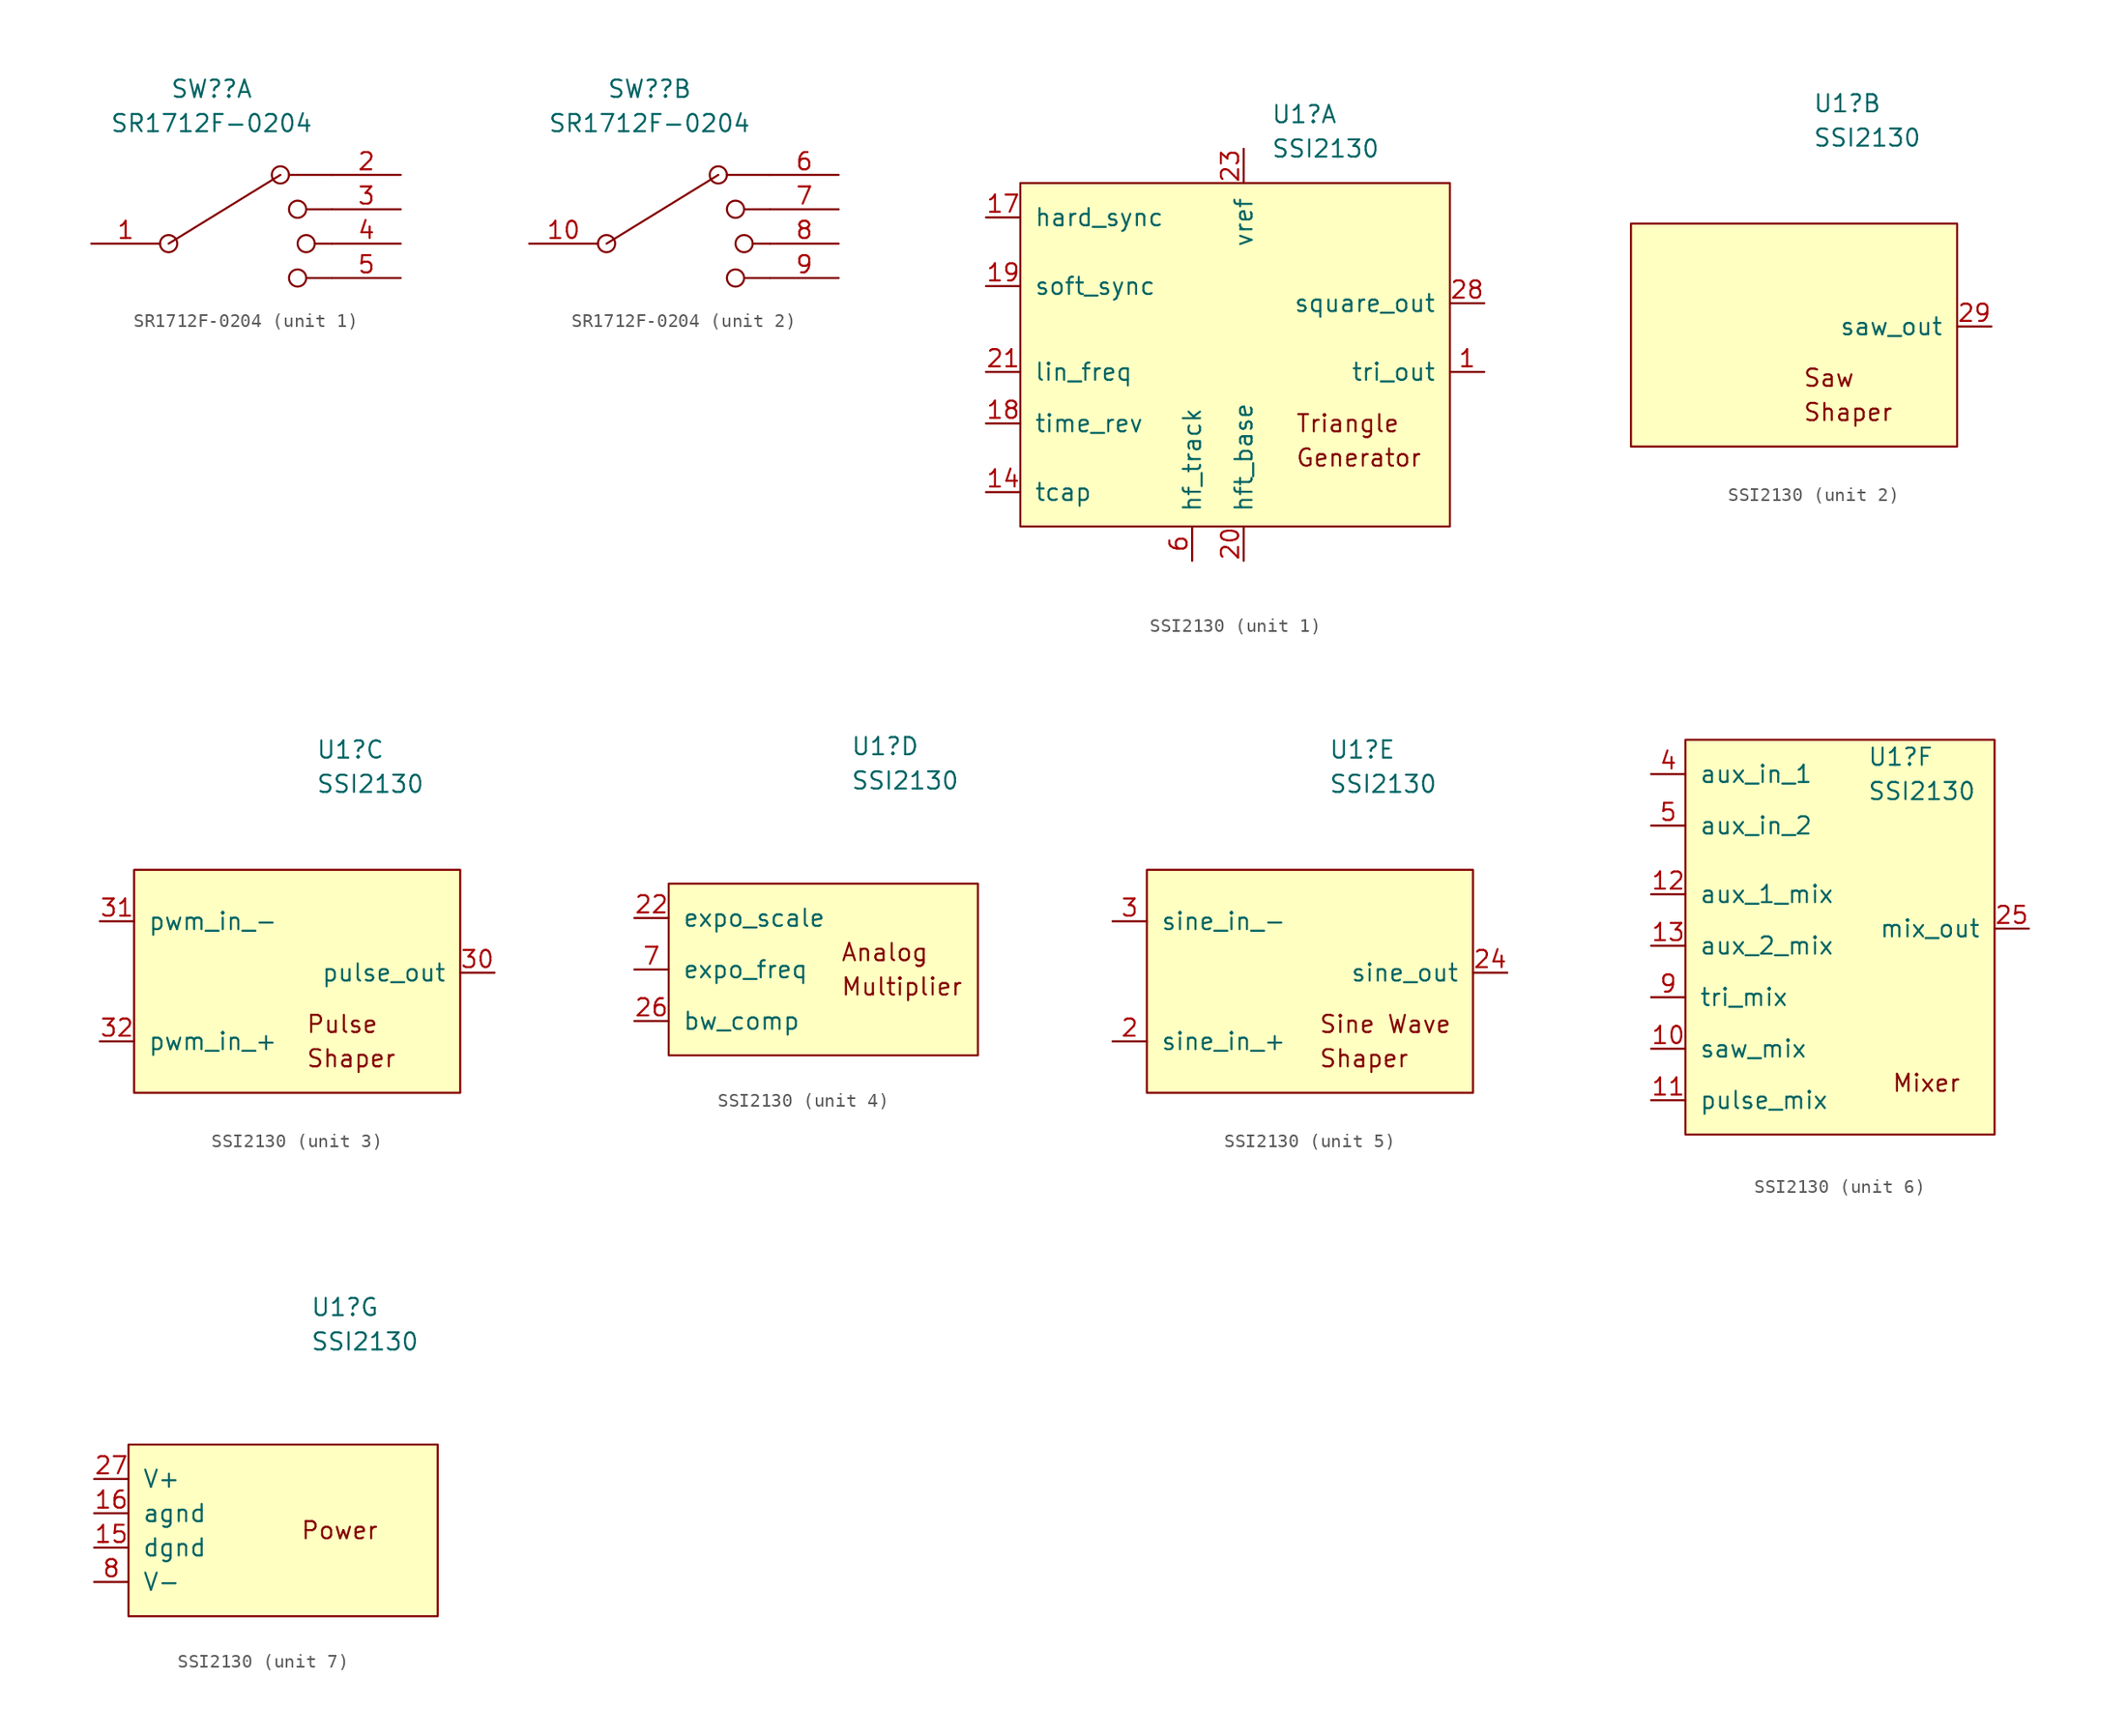
<source format=kicad_sym>
(kicad_symbol_lib
  (version 20220914)
  (generator kicad_symbol_editor)
  (symbol "SR1712F-0204"
    (pin_names
      (offset 1.016) hide)
    (property "Reference" "SW?"
      (at -1.27 11.43 0)
      (effects (font (size 1.27 1.27))))
    (property "Value" "SR1712F-0204"
      (at -1.27 8.89 0)
      (effects (font (size 1.27 1.27))))
    (property "ki_locked" ""
      (at 0 0 0)
      (effects (font (size 1.27 1.27))))
    (symbol "SR1712F-0204_0_0"
      (circle (center -4.445 0) (radius 0.635) (stroke (width 0) (type default)) (fill (type none)))
      (polyline (pts (xy -4.445 0) (xy 3.81 5.08)) (stroke (width 0) (type default)) (fill (type none)))
      (polyline (pts (xy 4.445 5.08) (xy 7.62 5.08)) (stroke (width 0) (type default)) (fill (type none)))
      (polyline (pts (xy 5.715 -2.54) (xy 7.62 -2.54)) (stroke (width 0) (type default)) (fill (type none)))
      (polyline (pts (xy 5.715 2.54) (xy 7.62 2.54)) (stroke (width 0) (type default)) (fill (type none)))
      (polyline (pts (xy 6.35 0) (xy 7.62 0)) (stroke (width 0) (type default)) (fill (type none)))
      (circle (center 3.81 5.08) (radius 0.635) (stroke (width 0) (type default)) (fill (type none)))
      (circle (center 5.08 -2.54) (radius 0.635) (stroke (width 0) (type default)) (fill (type none)))
      (circle (center 5.08 2.54) (radius 0.635) (stroke (width 0) (type default)) (fill (type none)))
      (circle (center 5.715 0) (radius 0.635) (stroke (width 0) (type default)) (fill (type none))))
    (symbol "SR1712F-0204_1_1"
      (pin passive line (at -10.16 0 0) (length 5.08) (name "1" (effects (font (size 1.27 1.27)))) (number "1" (effects (font (size 1.27 1.27)))))
      (pin passive line (at 12.7 5.08 180) (length 5.08) (name "2" (effects (font (size 1.27 1.27)))) (number "2" (effects (font (size 1.27 1.27)))))
      (pin passive line (at 12.7 2.54 180) (length 5.08) (name "3" (effects (font (size 1.27 1.27)))) (number "3" (effects (font (size 1.27 1.27)))))
      (pin passive line (at 12.7 0 180) (length 5.08) (name "4" (effects (font (size 1.27 1.27)))) (number "4" (effects (font (size 1.27 1.27)))))
      (pin passive line (at 12.7 -2.54 180) (length 5.08) (name "5" (effects (font (size 1.27 1.27)))) (number "5" (effects (font (size 1.27 1.27))))))
    (symbol "SR1712F-0204_2_1"
      (pin passive line (at -10.16 0 0) (length 5.08) (name "10" (effects (font (size 1.27 1.27)))) (number "10" (effects (font (size 1.27 1.27)))))
      (pin passive line (at 12.7 5.08 180) (length 5.08) (name "6" (effects (font (size 1.27 1.27)))) (number "6" (effects (font (size 1.27 1.27)))))
      (pin passive line (at 12.7 2.54 180) (length 5.08) (name "7" (effects (font (size 1.27 1.27)))) (number "7" (effects (font (size 1.27 1.27)))))
      (pin passive line (at 12.7 0 180) (length 5.08) (name "8" (effects (font (size 1.27 1.27)))) (number "8" (effects (font (size 1.27 1.27)))))
      (pin passive line (at 12.7 -2.54 180) (length 5.08) (name "9" (effects (font (size 1.27 1.27)))) (number "9" (effects (font (size 1.27 1.27)))))))
  (symbol "SSI2130"
    (pin_names
      (offset 1.016))
    (property "Reference" "U1"
      (at 2.019 16.51 0)
      (effects (font (size 1.27 1.27)) (justify left)))
    (property "Value" "SSI2130"
      (at 2.019 13.97 0)
      (effects (font (size 1.27 1.27)) (justify left)))
    (property "ki_locked" ""
      (at 0 0 0)
      (effects (font (size 1.27 1.27))))
    (symbol "SSI2130_1_0"
      (polyline (pts (xy -16.51 11.43) (xy -16.51 -13.97) (xy 15.24 -13.97) (xy 15.24 11.43) (xy 6.35 11.43) (xy -16.51 11.43)) (stroke (width 0) (type default)) (fill (type background)))
      (text "Generator" (at 3.81 -8.89 0) (effects (font (size 1.27 1.27)) (justify left)))
      (text "Triangle" (at 3.81 -6.35 0) (effects (font (size 1.27 1.27)) (justify left))))
    (symbol "SSI2130_1_1"
      (pin output line (at 17.78 -2.54 180) (length 2.54) (name "tri_out" (effects (font (size 1.27 1.27)))) (number "1" (effects (font (size 1.27 1.27)))))
      (pin input line (at -19.05 -11.43 0) (length 2.54) (name "tcap" (effects (font (size 1.27 1.27)))) (number "14" (effects (font (size 1.27 1.27)))))
      (pin input line (at -19.05 8.89 0) (length 2.54) (name "hard_sync" (effects (font (size 1.27 1.27)))) (number "17" (effects (font (size 1.27 1.27)))))
      (pin input line (at -19.05 -6.35 0) (length 2.54) (name "time_rev" (effects (font (size 1.27 1.27)))) (number "18" (effects (font (size 1.27 1.27)))))
      (pin input line (at -19.05 3.81 0) (length 2.54) (name "soft_sync" (effects (font (size 1.27 1.27)))) (number "19" (effects (font (size 1.27 1.27)))))
      (pin input line (at 0 -16.51 90) (length 2.54) (name "hft_base" (effects (font (size 1.27 1.27)))) (number "20" (effects (font (size 1.27 1.27)))))
      (pin input line (at -19.05 -2.54 0) (length 2.54) (name "lin_freq" (effects (font (size 1.27 1.27)))) (number "21" (effects (font (size 1.27 1.27)))))
      (pin input line (at 0 13.97 270) (length 2.54) (name "vref" (effects (font (size 1.27 1.27)))) (number "23" (effects (font (size 1.27 1.27)))))
      (pin output line (at 17.78 2.54 180) (length 2.54) (name "square_out" (effects (font (size 1.27 1.27)))) (number "28" (effects (font (size 1.27 1.27)))))
      (pin input line (at -3.81 -16.51 90) (length 2.54) (name "hf_track" (effects (font (size 1.27 1.27)))) (number "6" (effects (font (size 1.27 1.27))))))
    (symbol "SSI2130_2_1"
      (polyline (pts (xy -11.43 0) (xy -11.43 7.62) (xy 12.7 7.62) (xy 12.7 -8.89) (xy -11.43 -8.89) (xy -11.43 0)) (stroke (width 0) (type default)) (fill (type background)))
      (text "Saw" (at 1.27 -3.81 0) (effects (font (size 1.27 1.27)) (justify left)))
      (text "Shaper" (at 1.27 -6.35 0) (effects (font (size 1.27 1.27)) (justify left)))
      (pin output line (at 15.24 0 180) (length 2.54) (name "saw_out" (effects (font (size 1.27 1.27)))) (number "29" (effects (font (size 1.27 1.27))))))
    (symbol "SSI2130_3_1"
      (polyline (pts (xy 12.7 7.62) (xy -11.43 7.62) (xy -11.43 -8.89) (xy 12.7 -8.89) (xy 12.7 7.62)) (stroke (width 0) (type default)) (fill (type background)))
      (text "Pulse" (at 1.27 -3.81 0) (effects (font (size 1.27 1.27)) (justify left)))
      (text "Shaper" (at 1.27 -6.35 0) (effects (font (size 1.27 1.27)) (justify left)))
      (pin output line (at 15.24 0 180) (length 2.54) (name "pulse_out" (effects (font (size 1.27 1.27)))) (number "30" (effects (font (size 1.27 1.27)))))
      (pin input line (at -13.97 3.81 0) (length 2.54) (name "pwm_in_-" (effects (font (size 1.27 1.27)))) (number "31" (effects (font (size 1.27 1.27)))))
      (pin input line (at -13.97 -5.08 0) (length 2.54) (name "pwm_in_+" (effects (font (size 1.27 1.27)))) (number "32" (effects (font (size 1.27 1.27))))))
    (symbol "SSI2130_4_1"
      (polyline (pts (xy -11.43 6.35) (xy -11.43 -6.35) (xy 11.43 -6.35) (xy 11.43 6.35) (xy -11.43 6.35)) (stroke (width 0) (type default)) (fill (type background)))
      (text "Analog" (at 1.27 1.27 0) (effects (font (size 1.27 1.27)) (justify left)))
      (text "Multiplier" (at 1.27 -1.27 0) (effects (font (size 1.27 1.27)) (justify left)))
      (pin input line (at -13.97 3.81 0) (length 2.54) (name "expo_scale" (effects (font (size 1.27 1.27)))) (number "22" (effects (font (size 1.27 1.27)))))
      (pin input line (at -13.97 -3.81 0) (length 2.54) (name "bw_comp" (effects (font (size 1.27 1.27)))) (number "26" (effects (font (size 1.27 1.27)))))
      (pin input line (at -13.97 0 0) (length 2.54) (name "expo_freq" (effects (font (size 1.27 1.27)))) (number "7" (effects (font (size 1.27 1.27))))))
    (symbol "SSI2130_5_1"
      (polyline (pts (xy -11.43 7.62) (xy -11.43 -8.89) (xy 12.7 -8.89) (xy 12.7 7.62) (xy -11.43 7.62)) (stroke (width 0) (type default)) (fill (type background)))
      (text "Shaper" (at 1.27 -6.35 0) (effects (font (size 1.27 1.27)) (justify left)))
      (text "Sine Wave" (at 1.27 -3.81 0) (effects (font (size 1.27 1.27)) (justify left)))
      (pin input line (at -13.97 -5.08 0) (length 2.54) (name "sine_in_+" (effects (font (size 1.27 1.27)))) (number "2" (effects (font (size 1.27 1.27)))))
      (pin output line (at 15.24 0 180) (length 2.54) (name "sine_out" (effects (font (size 1.27 1.27)))) (number "24" (effects (font (size 1.27 1.27)))))
      (pin input line (at -13.97 3.81 0) (length 2.54) (name "sine_in_-" (effects (font (size 1.27 1.27)))) (number "3" (effects (font (size 1.27 1.27))))))
    (symbol "SSI2130_6_1"
      (polyline (pts (xy 11.43 -11.43) (xy -11.43 -11.43) (xy -11.43 10.16) (xy -11.43 17.78) (xy 11.43 17.78) (xy 11.43 -11.43)) (stroke (width 0) (type default)) (fill (type background)))
      (text "Mixer" (at 3.81 -7.62 0) (effects (font (size 1.27 1.27)) (justify left)))
      (pin input line (at -13.97 -5.08 0) (length 2.54) (name "saw_mix" (effects (font (size 1.27 1.27)))) (number "10" (effects (font (size 1.27 1.27)))))
      (pin input line (at -13.97 -8.89 0) (length 2.54) (name "pulse_mix" (effects (font (size 1.27 1.27)))) (number "11" (effects (font (size 1.27 1.27)))))
      (pin input line (at -13.97 6.35 0) (length 2.54) (name "aux_1_mix" (effects (font (size 1.27 1.27)))) (number "12" (effects (font (size 1.27 1.27)))))
      (pin input line (at -13.97 2.54 0) (length 2.54) (name "aux_2_mix" (effects (font (size 1.27 1.27)))) (number "13" (effects (font (size 1.27 1.27)))))
      (pin output line (at 13.97 3.81 180) (length 2.54) (name "mix_out" (effects (font (size 1.27 1.27)))) (number "25" (effects (font (size 1.27 1.27)))))
      (pin input line (at -13.97 15.24 0) (length 2.54) (name "aux_in_1" (effects (font (size 1.27 1.27)))) (number "4" (effects (font (size 1.27 1.27)))))
      (pin input line (at -13.97 11.43 0) (length 2.54) (name "aux_in_2" (effects (font (size 1.27 1.27)))) (number "5" (effects (font (size 1.27 1.27)))))
      (pin input line (at -13.97 -1.27 0) (length 2.54) (name "tri_mix" (effects (font (size 1.27 1.27)))) (number "9" (effects (font (size 1.27 1.27))))))
    (symbol "SSI2130_7_1"
      (polyline (pts (xy -11.43 6.35) (xy -11.43 -6.35) (xy 11.43 -6.35) (xy 11.43 6.35) (xy -11.43 6.35)) (stroke (width 0) (type default)) (fill (type background)))
      (text "Power" (at 1.27 0 0) (effects (font (size 1.27 1.27)) (justify left)))
      (pin power_in line (at -13.97 -1.27 0) (length 2.54) (name "dgnd" (effects (font (size 1.27 1.27)))) (number "15" (effects (font (size 1.27 1.27)))))
      (pin power_in line (at -13.97 1.27 0) (length 2.54) (name "agnd" (effects (font (size 1.27 1.27)))) (number "16" (effects (font (size 1.27 1.27)))))
      (pin power_in line (at -13.97 3.81 0) (length 2.54) (name "V+" (effects (font (size 1.27 1.27)))) (number "27" (effects (font (size 1.27 1.27)))))
      (pin power_in line (at -13.97 -3.81 0) (length 2.54) (name "V-" (effects (font (size 1.27 1.27)))) (number "8" (effects (font (size 1.27 1.27))))))))
</source>
